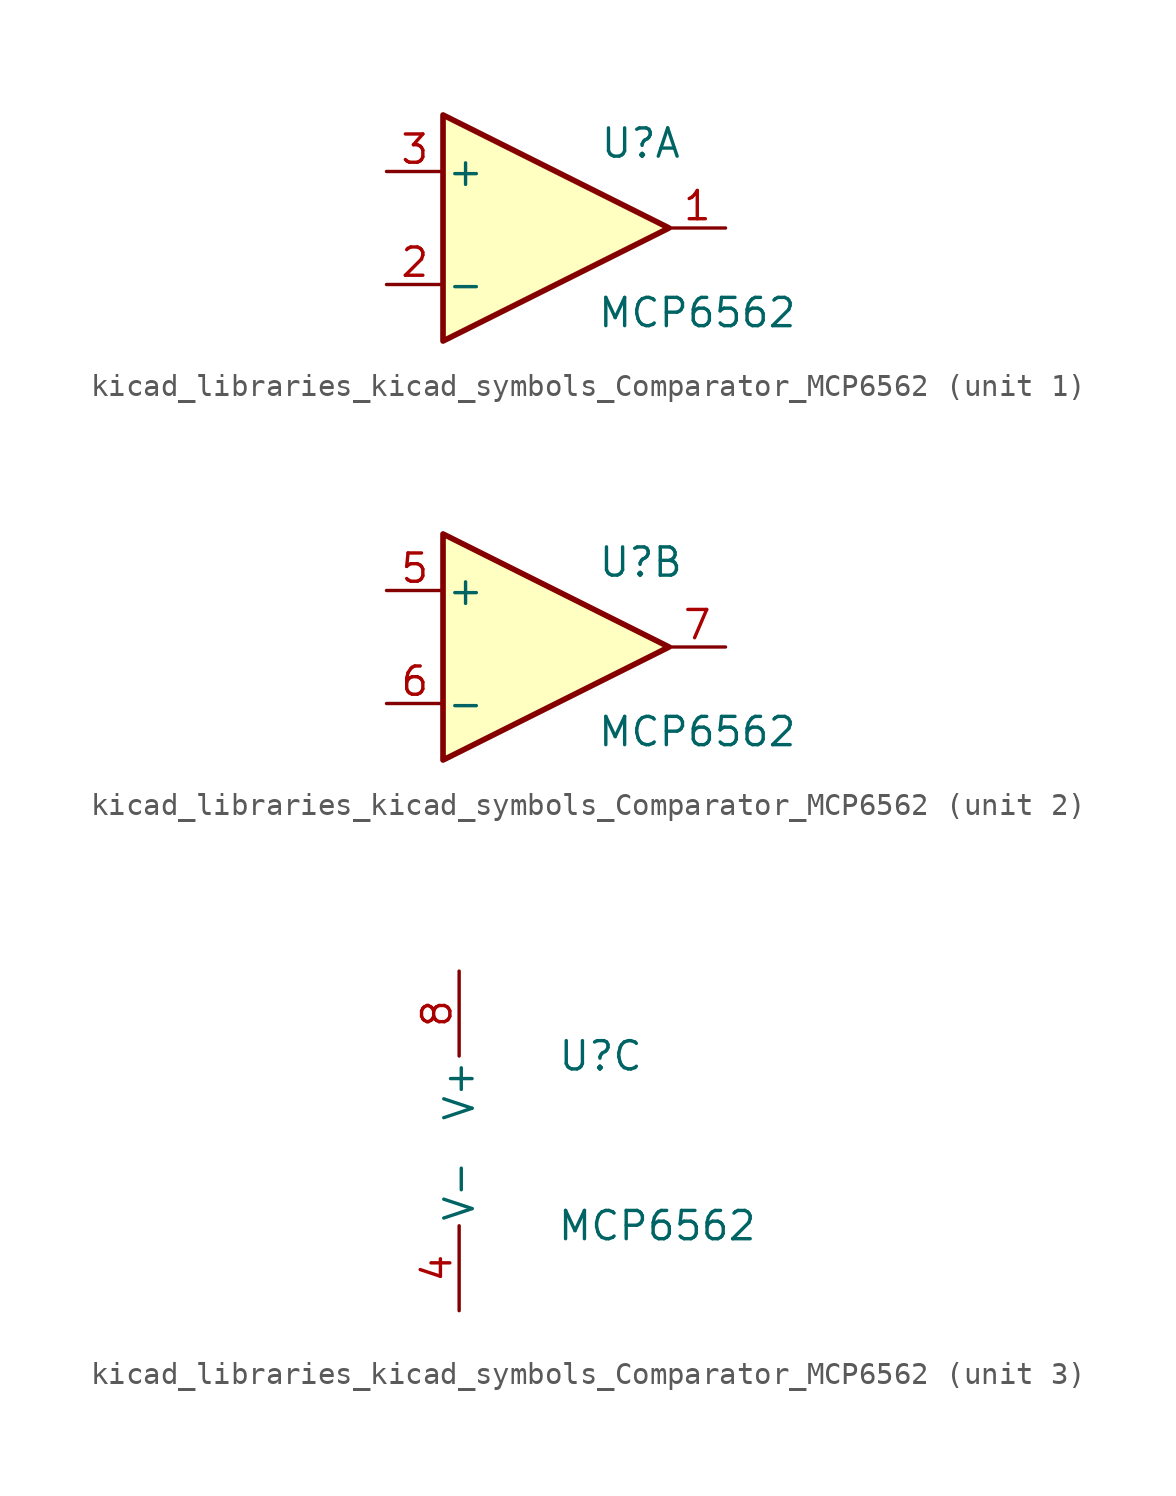
<source format=kicad_sym>
(kicad_symbol_lib
  (version 20220914)
  (generator kicad_symbol_editor)
  (symbol "kicad_libraries_kicad_symbols_Comparator_MCP6562"
    (pin_names
      (offset 0.127))
    (property "Reference" "U"
      (at 3.81 3.81 0)
      (effects (font (size 1.27 1.27))))
    (property "Value" "MCP6562"
      (at 6.35 -3.81 0)
      (effects (font (size 1.27 1.27))))
    (property "ki_locked" ""
      (at 0 0 0)
      (effects (font (size 1.27 1.27))))
    (symbol "kicad_libraries_kicad_symbols_Comparator_MCP6562_1_1"
      (polyline (pts (xy -5.08 5.08) (xy 5.08 0) (xy -5.08 -5.08) (xy -5.08 5.08)) (stroke (width 0.254) (type default)) (fill (type background)))
      (pin output line (at 7.62 0 180) (length 2.54) (name "~" (effects (font (size 1.27 1.27)))) (number "1" (effects (font (size 1.27 1.27)))))
      (pin input line (at -7.62 -2.54 0) (length 2.54) (name "-" (effects (font (size 1.27 1.27)))) (number "2" (effects (font (size 1.27 1.27)))))
      (pin input line (at -7.62 2.54 0) (length 2.54) (name "+" (effects (font (size 1.27 1.27)))) (number "3" (effects (font (size 1.27 1.27))))))
    (symbol "kicad_libraries_kicad_symbols_Comparator_MCP6562_2_1"
      (polyline (pts (xy -5.08 5.08) (xy 5.08 0) (xy -5.08 -5.08) (xy -5.08 5.08)) (stroke (width 0.254) (type default)) (fill (type background)))
      (pin input line (at -7.62 2.54 0) (length 2.54) (name "+" (effects (font (size 1.27 1.27)))) (number "5" (effects (font (size 1.27 1.27)))))
      (pin input line (at -7.62 -2.54 0) (length 2.54) (name "-" (effects (font (size 1.27 1.27)))) (number "6" (effects (font (size 1.27 1.27)))))
      (pin output line (at 7.62 0 180) (length 2.54) (name "~" (effects (font (size 1.27 1.27)))) (number "7" (effects (font (size 1.27 1.27))))))
    (symbol "kicad_libraries_kicad_symbols_Comparator_MCP6562_3_1"
      (pin power_in line (at -2.54 -7.62 90) (length 3.81) (name "V-" (effects (font (size 1.27 1.27)))) (number "4" (effects (font (size 1.27 1.27)))))
      (pin power_in line (at -2.54 7.62 270) (length 3.81) (name "V+" (effects (font (size 1.27 1.27)))) (number "8" (effects (font (size 1.27 1.27))))))))
</source>
